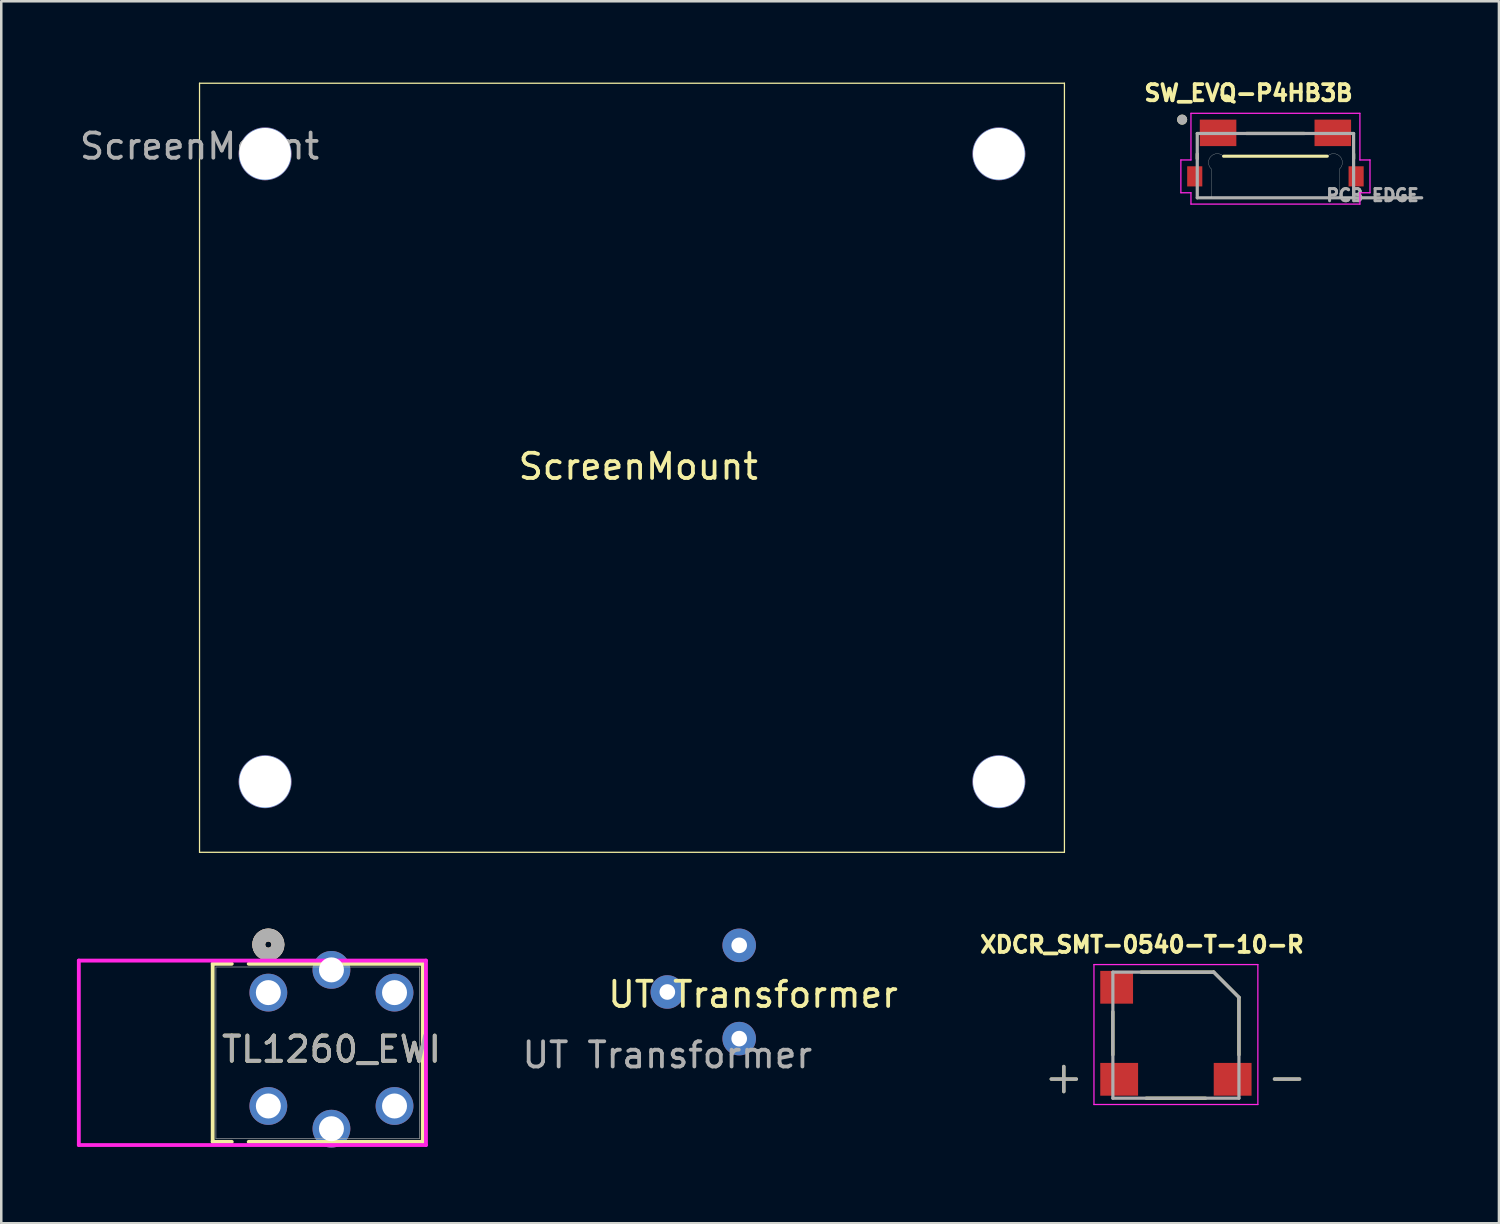
<source format=kicad_pcb>
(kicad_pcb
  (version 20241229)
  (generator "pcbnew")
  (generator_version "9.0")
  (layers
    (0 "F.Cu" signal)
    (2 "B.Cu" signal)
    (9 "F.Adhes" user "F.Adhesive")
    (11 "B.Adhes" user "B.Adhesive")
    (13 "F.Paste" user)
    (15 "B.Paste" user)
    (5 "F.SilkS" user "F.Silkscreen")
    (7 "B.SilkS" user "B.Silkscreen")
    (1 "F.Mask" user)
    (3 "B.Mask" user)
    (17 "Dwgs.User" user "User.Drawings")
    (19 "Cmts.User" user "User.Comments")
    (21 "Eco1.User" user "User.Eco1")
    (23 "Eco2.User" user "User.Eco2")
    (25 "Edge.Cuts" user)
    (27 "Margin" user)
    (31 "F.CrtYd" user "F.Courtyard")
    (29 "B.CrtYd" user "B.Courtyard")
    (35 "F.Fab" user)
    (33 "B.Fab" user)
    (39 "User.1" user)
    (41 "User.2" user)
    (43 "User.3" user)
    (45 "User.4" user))
  (footprint "TL1260_EWI"
    (layer "F.Cu")
    (at 7.592 36.315)
    (property "Reference" "TL1260_EWI" (at 2.502 2.248 0) (unlocked yes) (layer "F.SilkS") (effects (font (size 1 1) (thickness 0.15))))
    (attr through_hole)
    (fp_line (start -2.207 -1.143) (end -2.207 5.918) (stroke (width 0.152) (type solid)) (layer "F.SilkS"))
    (fp_line (start -2.207 5.918) (end -1.45 5.918) (stroke (width 0.152) (type solid)) (layer "F.SilkS"))
    (fp_line (start -1.45 -1.143) (end -2.207 -1.143) (stroke (width 0.152) (type solid)) (layer "F.SilkS"))
    (fp_line (start -0.779 5.918) (end 6.124 5.918) (stroke (width 0.152) (type solid)) (layer "F.SilkS"))
    (fp_line (start 6.124 -1.143) (end -0.779 -1.143) (stroke (width 0.152) (type solid)) (layer "F.SilkS"))
    (fp_line (start 6.124 5.918) (end 6.124 -1.143) (stroke (width 0.152) (type solid)) (layer "F.SilkS"))
    (fp_circle (center 0 -1.905) (end 0.381 -1.905) (stroke (width 0.508) (type solid)) (fill no) (layer "F.SilkS"))
    (fp_circle (center 0 -1.905) (end 0.381 -1.905) (stroke (width 0.508) (type solid)) (fill no) (layer "B.SilkS"))
    (fp_line (start -7.516 -1.27) (end -7.516 6.045) (stroke (width 0.152) (type solid)) (layer "F.CrtYd"))
    (fp_line (start -7.516 6.045) (end 6.251 6.045) (stroke (width 0.152) (type solid)) (layer "F.CrtYd"))
    (fp_line (start 6.251 -1.27) (end -7.516 -1.27) (stroke (width 0.152) (type solid)) (layer "F.CrtYd"))
    (fp_line (start 6.251 6.045) (end 6.251 -1.27) (stroke (width 0.152) (type solid)) (layer "F.CrtYd"))
    (fp_line (start -2.08 -1.016) (end -2.08 5.791) (stroke (width 0.025) (type solid)) (layer "F.Fab"))
    (fp_line (start -2.08 5.791) (end 5.997 5.791) (stroke (width 0.025) (type solid)) (layer "F.Fab"))
    (fp_line (start 5.997 -1.016) (end -2.08 -1.016) (stroke (width 0.025) (type solid)) (layer "F.Fab"))
    (fp_line (start 5.997 5.791) (end 5.997 -1.016) (stroke (width 0.025) (type solid)) (layer "F.Fab"))
    (fp_circle (center 0 -1.905) (end 0.381 -1.905) (stroke (width 0.508) (type solid)) (fill no) (layer "F.Fab"))
    (fp_text user "${REFERENCE}" (at 2.502 2.248 0) (unlocked yes) (layer "F.Fab") (effects (font (size 1 1) (thickness 0.15))))
    (pad "1" thru_hole circle (at 0 0) (size 1.499 1.499) (drill 0.991) (layers "*.Cu" "*.Mask"))
    (pad "2" thru_hole circle (at 5.004 0) (size 1.499 1.499) (drill 0.991) (layers "*.Cu" "*.Mask"))
    (pad "3" thru_hole circle (at 0 4.496) (size 1.499 1.499) (drill 0.991) (layers "*.Cu" "*.Mask"))
    (pad "4" thru_hole circle (at 5.004 4.496) (size 1.499 1.499) (drill 0.991) (layers "*.Cu" "*.Mask"))
    (pad "5" thru_hole circle (at 2.502 -0.902) (size 1.499 1.499) (drill 0.991) (layers "*.Cu" "*.Mask"))
    (pad "6" thru_hole circle (at 2.502 5.397) (size 1.499 1.499) (drill 0.991) (layers "*.Cu" "*.Mask")))
  (footprint "XDCR_SMT-0540-T-10-R"
    (layer "F.Cu")
    (at 43.584 38.003)
    (property "Reference" "XDCR_SMT-0540-T-10-R" (at -1.345 -3.591 0) (layer "F.SilkS") (effects (font (size 0.64 0.64) (thickness 0.15))))
    (attr smd)
    (fp_line (start -4.945 1.74) (end -3.945 1.74) (stroke (width 0.127) (type solid)) (layer "F.SilkS"))
    (fp_line (start -4.445 2.24) (end -4.445 1.24) (stroke (width 0.127) (type solid)) (layer "F.SilkS"))
    (fp_line (start -2.5 -0.93) (end -2.5 0.78) (stroke (width 0.127) (type solid)) (layer "F.SilkS"))
    (fp_line (start -1.18 2.5) (end 1.18 2.5) (stroke (width 0.127) (type solid)) (layer "F.SilkS"))
    (fp_line (start 1.5 -2.5) (end -1.38 -2.5) (stroke (width 0.127) (type solid)) (layer "F.SilkS"))
    (fp_line (start 1.5 -2.5) (end 2.5 -1.5) (stroke (width 0.127) (type solid)) (layer "F.SilkS"))
    (fp_line (start 2.5 -1.5) (end 2.5 0.78) (stroke (width 0.127) (type solid)) (layer "F.SilkS"))
    (fp_line (start 4.907 1.74) (end 3.907 1.74) (stroke (width 0.127) (type solid)) (layer "F.SilkS"))
    (fp_line (start -3.25 -2.8) (end -3.25 2.75) (stroke (width 0.05) (type solid)) (layer "F.CrtYd"))
    (fp_line (start -3.25 2.75) (end 3.25 2.75) (stroke (width 0.05) (type solid)) (layer "F.CrtYd"))
    (fp_line (start 3.25 -2.8) (end -3.25 -2.8) (stroke (width 0.05) (type solid)) (layer "F.CrtYd"))
    (fp_line (start 3.25 2.75) (end 3.25 -2.8) (stroke (width 0.05) (type solid)) (layer "F.CrtYd"))
    (fp_line (start -4.945 1.74) (end -3.945 1.74) (stroke (width 0.127) (type solid)) (layer "F.Fab"))
    (fp_line (start -4.445 2.24) (end -4.445 1.24) (stroke (width 0.127) (type solid)) (layer "F.Fab"))
    (fp_line (start -2.5 -2.5) (end -2.5 2.5) (stroke (width 0.127) (type solid)) (layer "F.Fab"))
    (fp_line (start -2.5 -2.5) (end 1.5 -2.5) (stroke (width 0.127) (type solid)) (layer "F.Fab"))
    (fp_line (start -2.5 2.5) (end 2.5 2.5) (stroke (width 0.127) (type solid)) (layer "F.Fab"))
    (fp_line (start 1.5 -2.5) (end 2.5 -1.5) (stroke (width 0.127) (type solid)) (layer "F.Fab"))
    (fp_line (start 2.5 2.5) (end 2.5 -1.5) (stroke (width 0.127) (type solid)) (layer "F.Fab"))
    (fp_line (start 4.907 1.74) (end 3.907 1.74) (stroke (width 0.127) (type solid)) (layer "F.Fab"))
    (pad "DP" smd rect (at -2.35 -1.9) (size 1.3 1.3) (layers "F.Cu" "F.Mask" "F.Paste"))
    (pad "N" smd rect (at 2.25 1.75) (size 1.5 1.3) (layers "F.Cu" "F.Mask" "F.Paste"))
    (pad "P" smd rect (at -2.25 1.75) (size 1.5 1.3) (layers "F.Cu" "F.Mask" "F.Paste")))
  (footprint "SW_EVQ-P4HB3B"
    (layer "F.Cu")
    (at 47.531 3.094)
    (property "Reference" "SW_EVQ-P4HB3B" (at -1.068 -2.456 0) (layer "F.SilkS") (effects (font (size 0.64 0.64) (thickness 0.15))))
    (attr smd)
    (fp_line (start -3.1 -0.04) (end -3.1 0.15) (stroke (width 0.127) (type solid)) (layer "F.SilkS"))
    (fp_line (start -2.057 0.051) (end 2.057 0.051) (stroke (width 0.12) (type default)) (layer "F.SilkS"))
    (fp_line (start -1.15 -0.85) (end 1.15 -0.85) (stroke (width 0.127) (type solid)) (layer "F.SilkS"))
    (fp_line (start 3.1 -0.04) (end 3.1 0.15) (stroke (width 0.127) (type solid)) (layer "F.SilkS"))
    (fp_circle (center -3.7 -1.4) (end -3.6 -1.4) (stroke (width 0.2) (type solid)) (fill no) (layer "F.SilkS"))
    (fp_line (start -2.55 1.7) (end -3.1 1.7) (stroke (width 0.01) (type solid)) (layer "Edge.Cuts"))
    (fp_line (start -2.55 1.7) (end -2.55 0.55) (stroke (width 0.01) (type solid)) (layer "Edge.Cuts"))
    (fp_line (start 2.06 0.05) (end -2.06 0.05) (stroke (width 0.01) (type solid)) (layer "Edge.Cuts"))
    (fp_line (start 2.55 1.7) (end 2.55 0.55) (stroke (width 0.01) (type solid)) (layer "Edge.Cuts"))
    (fp_line (start 2.55 1.7) (end 3.1 1.7) (stroke (width 0.01) (type solid)) (layer "Edge.Cuts"))
    (fp_arc (start -2.55 0.55) (mid -2.555 0.055) (end -2.06 0.05) (stroke (width 0.01) (type solid)) (layer "Edge.Cuts"))
    (fp_arc (start 2.06 0.05) (mid 2.555 0.055) (end 2.55 0.55) (stroke (width 0.01) (type solid)) (layer "Edge.Cuts"))
    (fp_line (start -3.75 0.2) (end -3.35 0.2) (stroke (width 0.05) (type solid)) (layer "F.CrtYd"))
    (fp_line (start -3.75 1.5) (end -3.75 0.2) (stroke (width 0.05) (type solid)) (layer "F.CrtYd"))
    (fp_line (start -3.35 -1.65) (end 3.35 -1.65) (stroke (width 0.05) (type solid)) (layer "F.CrtYd"))
    (fp_line (start -3.35 0.2) (end -3.35 -1.65) (stroke (width 0.05) (type solid)) (layer "F.CrtYd"))
    (fp_line (start -3.35 1.5) (end -3.75 1.5) (stroke (width 0.05) (type solid)) (layer "F.CrtYd"))
    (fp_line (start -3.35 1.95) (end -3.35 1.5) (stroke (width 0.05) (type solid)) (layer "F.CrtYd"))
    (fp_line (start 3.35 -1.65) (end 3.35 0.2) (stroke (width 0.05) (type solid)) (layer "F.CrtYd"))
    (fp_line (start 3.35 0.2) (end 3.75 0.2) (stroke (width 0.05) (type solid)) (layer "F.CrtYd"))
    (fp_line (start 3.35 1.5) (end 3.35 1.95) (stroke (width 0.05) (type solid)) (layer "F.CrtYd"))
    (fp_line (start 3.35 1.95) (end -3.35 1.95) (stroke (width 0.05) (type solid)) (layer "F.CrtYd"))
    (fp_line (start 3.75 0.2) (end 3.75 1.5) (stroke (width 0.05) (type solid)) (layer "F.CrtYd"))
    (fp_line (start 3.75 1.5) (end 3.35 1.5) (stroke (width 0.05) (type solid)) (layer "F.CrtYd"))
    (fp_line (start -3.1 -0.85) (end -3.1 1.7) (stroke (width 0.127) (type solid)) (layer "F.Fab"))
    (fp_line (start -3.1 1.7) (end 3.1 1.7) (stroke (width 0.127) (type solid)) (layer "F.Fab"))
    (fp_line (start 3.1 -0.85) (end -3.1 -0.85) (stroke (width 0.127) (type solid)) (layer "F.Fab"))
    (fp_line (start 3.1 1.7) (end 3.1 -0.85) (stroke (width 0.127) (type solid)) (layer "F.Fab"))
    (fp_line (start 3.1 1.7) (end 5.8 1.7) (stroke (width 0.127) (type solid)) (layer "F.Fab"))
    (fp_circle (center -3.7 -1.4) (end -3.6 -1.4) (stroke (width 0.2) (type solid)) (fill no) (layer "F.Fab"))
    (fp_line (start -2.54 0.838) (end -2.54 1.702) (stroke (width 0.12) (type default)) (layer "User.1"))
    (fp_line (start -2.54 1.702) (end -3.099 1.702) (stroke (width 0.12) (type default)) (layer "User.1"))
    (fp_text user "PCB EDGE" (at 3.85 1.6 0) (layer "F.Fab") (effects (font (size 0.48 0.48) (thickness 0.15))))
    (pad "1" smd rect (at -2.275 -0.875) (size 1.45 1.05) (layers "F.Cu" "F.Mask" "F.Paste"))
    (pad "2" smd rect (at 2.275 -0.875) (size 1.45 1.05) (layers "F.Cu" "F.Mask" "F.Paste"))
    (pad "3" smd rect (at -3.2 0.85) (size 0.6 0.8) (layers "F.Cu" "F.Mask" "F.Paste"))
    (pad "4" smd rect (at 3.2 0.85) (size 0.6 0.8) (layers "F.Cu" "F.Mask" "F.Paste")))
  (footprint "UT Transformer"
    (layer "F.Cu")
    (at 23.415 36.29)
    (property "Reference" "UT Transformer" (at 3.4 0.1 0) (unlocked yes) (layer "F.SilkS") (effects (font (size 1 1) (thickness 0.15))))
    (attr through_hole)
    (fp_text user "${REFERENCE}" (at 0 2.5 0) (unlocked yes) (layer "F.Fab") (effects (font (size 1 1) (thickness 0.15))))
    (pad "1" thru_hole circle (at 0 0) (size 1.33 1.33) (drill 0.62) (layers "*.Cu" "*.Mask"))
    (pad "2" thru_hole circle (at 2.85 1.85) (size 1.33 1.33) (drill 0.62) (layers "*.Cu" "*.Mask"))
    (pad "3" thru_hole circle (at 2.85 -1.85) (size 1.33 1.33) (drill 0.62) (layers "*.Cu" "*.Mask")))
  (footprint "ScreenMount"
    (layer "F.Cu")
    (at 4.863 0.25)
    (property "Reference" "ScreenMount" (at 17.4 15.2 0) (unlocked yes) (layer "F.SilkS") (effects (font (size 1 1) (thickness 0.15))))
    (attr smd)
    (fp_line (start 0 30.5) (end 0 0) (stroke (width 0.05) (type solid)) (layer "F.SilkS"))
    (fp_line (start 0 30.5) (end 34.3 30.5) (stroke (width 0.05) (type solid)) (layer "F.SilkS"))
    (fp_line (start 34.3 0) (end 0 0) (stroke (width 0.05) (type solid)) (layer "F.SilkS"))
    (fp_line (start 34.3 30.5) (end 34.3 0) (stroke (width 0.05) (type solid)) (layer "F.SilkS"))
    (fp_text user "${REFERENCE}" (at 0 2.5 0) (unlocked yes) (layer "F.Fab") (effects (font (size 1 1) (thickness 0.15))))
    (pad "" np_thru_hole circle (at 2.6 2.8) (size 2.1 2.1) (drill 2.05) (layers "*.Cu" "*.Mask"))
    (pad "" np_thru_hole circle (at 2.6 27.7) (size 2.1 2.1) (drill 2.05) (layers "*.Cu" "*.Mask"))
    (pad "" np_thru_hole circle (at 31.7 2.8) (size 2.1 2.1) (drill 2.05) (layers "*.Cu" "*.Mask"))
    (pad "" np_thru_hole circle (at 31.7 27.7) (size 2.1 2.1) (drill 2.05) (layers "*.Cu" "*.Mask")))
  (gr_rect
    (start -3 -3)
    (end 56.395 45.462)
    (stroke (width 0.1) (type default))
    (fill no)
    (layer "Edge.Cuts")))
</source>
